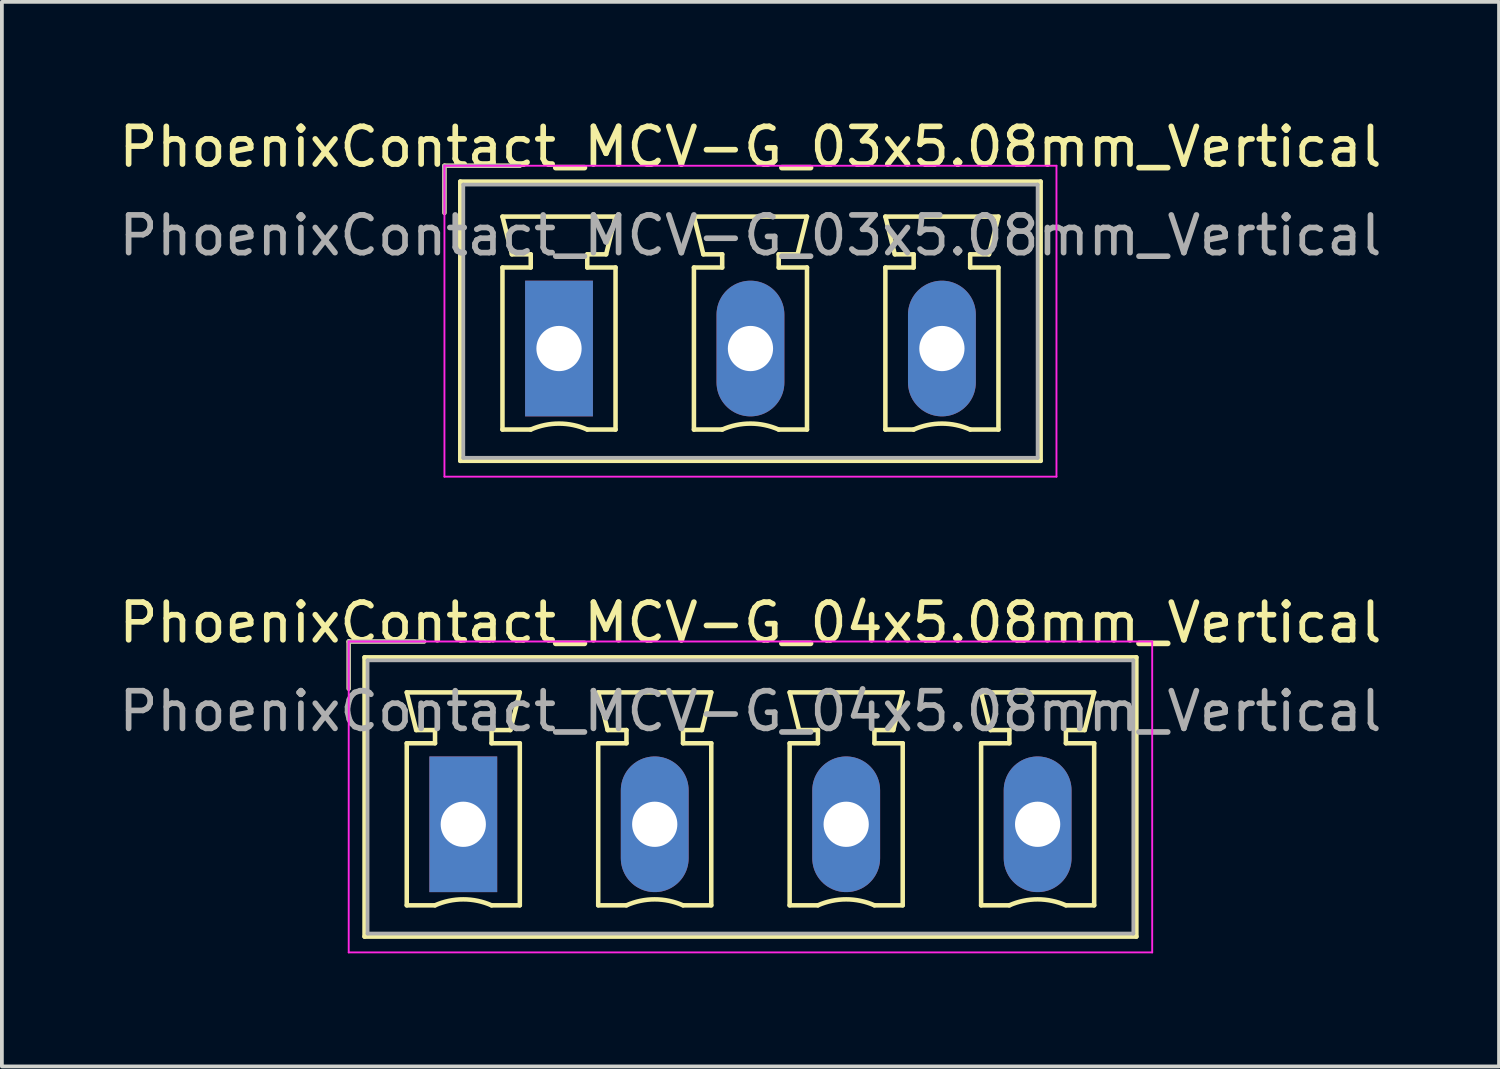
<source format=kicad_pcb>
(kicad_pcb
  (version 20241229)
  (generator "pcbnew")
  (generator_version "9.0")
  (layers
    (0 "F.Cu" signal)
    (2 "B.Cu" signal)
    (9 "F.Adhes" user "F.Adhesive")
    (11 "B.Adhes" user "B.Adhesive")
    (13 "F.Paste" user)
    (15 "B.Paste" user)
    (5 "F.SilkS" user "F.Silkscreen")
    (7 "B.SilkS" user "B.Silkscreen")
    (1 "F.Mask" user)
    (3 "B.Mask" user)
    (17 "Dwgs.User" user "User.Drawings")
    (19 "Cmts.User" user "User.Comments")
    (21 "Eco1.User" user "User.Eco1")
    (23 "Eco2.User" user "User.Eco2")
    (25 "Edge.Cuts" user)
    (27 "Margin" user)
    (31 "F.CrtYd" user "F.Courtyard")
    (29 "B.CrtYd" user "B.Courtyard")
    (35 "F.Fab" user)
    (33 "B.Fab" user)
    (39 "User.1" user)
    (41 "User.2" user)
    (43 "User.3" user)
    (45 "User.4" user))
  (footprint "PhoenixContact_MCV-G_03x5.08mm_Vertical"
    (layer "F.Cu")
    (at 11.783 6.198)
    (property "Reference" "PhoenixContact_MCV-G_03x5.08mm_Vertical" (at 5.08 -5.35 0) (layer "F.SilkS") (effects (font (size 1 1) (thickness 0.15))))
    (attr through_hole)
    (fp_line (start -3.04 -4.85) (end -1.04 -4.85) (stroke (width 0.12) (type solid)) (layer "F.SilkS"))
    (fp_line (start -3.04 -3.6) (end -3.04 -4.85) (stroke (width 0.12) (type solid)) (layer "F.SilkS"))
    (fp_line (start -2.62 -4.43) (end -2.62 2.98) (stroke (width 0.12) (type solid)) (layer "F.SilkS"))
    (fp_line (start -2.62 2.98) (end 12.78 2.98) (stroke (width 0.12) (type solid)) (layer "F.SilkS"))
    (fp_line (start -1.5 -3.5) (end 1.5 -3.5) (stroke (width 0.12) (type solid)) (layer "F.SilkS"))
    (fp_line (start -1.5 -2.15) (end -0.75 -2.15) (stroke (width 0.12) (type solid)) (layer "F.SilkS"))
    (fp_line (start -1.5 2.15) (end -1.5 -2.15) (stroke (width 0.12) (type solid)) (layer "F.SilkS"))
    (fp_line (start -1.25 -2.5) (end -1.5 -3.5) (stroke (width 0.12) (type solid)) (layer "F.SilkS"))
    (fp_line (start -0.75 -2.5) (end -1.25 -2.5) (stroke (width 0.12) (type solid)) (layer "F.SilkS"))
    (fp_line (start -0.75 -2.15) (end -0.75 -2.5) (stroke (width 0.12) (type solid)) (layer "F.SilkS"))
    (fp_line (start -0.75 2.15) (end -1.5 2.15) (stroke (width 0.12) (type solid)) (layer "F.SilkS"))
    (fp_line (start 0.75 -2.5) (end 0.75 -2.15) (stroke (width 0.12) (type solid)) (layer "F.SilkS"))
    (fp_line (start 0.75 -2.15) (end 1.5 -2.15) (stroke (width 0.12) (type solid)) (layer "F.SilkS"))
    (fp_line (start 1.25 -2.5) (end 0.75 -2.5) (stroke (width 0.12) (type solid)) (layer "F.SilkS"))
    (fp_line (start 1.5 -3.5) (end 1.25 -2.5) (stroke (width 0.12) (type solid)) (layer "F.SilkS"))
    (fp_line (start 1.5 -2.15) (end 1.5 2.15) (stroke (width 0.12) (type solid)) (layer "F.SilkS"))
    (fp_line (start 1.5 2.15) (end 0.75 2.15) (stroke (width 0.12) (type solid)) (layer "F.SilkS"))
    (fp_line (start 3.58 -3.5) (end 6.58 -3.5) (stroke (width 0.12) (type solid)) (layer "F.SilkS"))
    (fp_line (start 3.58 -2.15) (end 4.33 -2.15) (stroke (width 0.12) (type solid)) (layer "F.SilkS"))
    (fp_line (start 3.58 2.15) (end 3.58 -2.15) (stroke (width 0.12) (type solid)) (layer "F.SilkS"))
    (fp_line (start 3.83 -2.5) (end 3.58 -3.5) (stroke (width 0.12) (type solid)) (layer "F.SilkS"))
    (fp_line (start 4.33 -2.5) (end 3.83 -2.5) (stroke (width 0.12) (type solid)) (layer "F.SilkS"))
    (fp_line (start 4.33 -2.15) (end 4.33 -2.5) (stroke (width 0.12) (type solid)) (layer "F.SilkS"))
    (fp_line (start 4.33 2.15) (end 3.58 2.15) (stroke (width 0.12) (type solid)) (layer "F.SilkS"))
    (fp_line (start 5.83 -2.5) (end 5.83 -2.15) (stroke (width 0.12) (type solid)) (layer "F.SilkS"))
    (fp_line (start 5.83 -2.15) (end 6.58 -2.15) (stroke (width 0.12) (type solid)) (layer "F.SilkS"))
    (fp_line (start 6.33 -2.5) (end 5.83 -2.5) (stroke (width 0.12) (type solid)) (layer "F.SilkS"))
    (fp_line (start 6.58 -3.5) (end 6.33 -2.5) (stroke (width 0.12) (type solid)) (layer "F.SilkS"))
    (fp_line (start 6.58 -2.15) (end 6.58 2.15) (stroke (width 0.12) (type solid)) (layer "F.SilkS"))
    (fp_line (start 6.58 2.15) (end 5.83 2.15) (stroke (width 0.12) (type solid)) (layer "F.SilkS"))
    (fp_line (start 8.66 -3.5) (end 11.66 -3.5) (stroke (width 0.12) (type solid)) (layer "F.SilkS"))
    (fp_line (start 8.66 -2.15) (end 9.41 -2.15) (stroke (width 0.12) (type solid)) (layer "F.SilkS"))
    (fp_line (start 8.66 2.15) (end 8.66 -2.15) (stroke (width 0.12) (type solid)) (layer "F.SilkS"))
    (fp_line (start 8.91 -2.5) (end 8.66 -3.5) (stroke (width 0.12) (type solid)) (layer "F.SilkS"))
    (fp_line (start 9.41 -2.5) (end 8.91 -2.5) (stroke (width 0.12) (type solid)) (layer "F.SilkS"))
    (fp_line (start 9.41 -2.15) (end 9.41 -2.5) (stroke (width 0.12) (type solid)) (layer "F.SilkS"))
    (fp_line (start 9.41 2.15) (end 8.66 2.15) (stroke (width 0.12) (type solid)) (layer "F.SilkS"))
    (fp_line (start 10.91 -2.5) (end 10.91 -2.15) (stroke (width 0.12) (type solid)) (layer "F.SilkS"))
    (fp_line (start 10.91 -2.15) (end 11.66 -2.15) (stroke (width 0.12) (type solid)) (layer "F.SilkS"))
    (fp_line (start 11.41 -2.5) (end 10.91 -2.5) (stroke (width 0.12) (type solid)) (layer "F.SilkS"))
    (fp_line (start 11.66 -3.5) (end 11.41 -2.5) (stroke (width 0.12) (type solid)) (layer "F.SilkS"))
    (fp_line (start 11.66 -2.15) (end 11.66 2.15) (stroke (width 0.12) (type solid)) (layer "F.SilkS"))
    (fp_line (start 11.66 2.15) (end 10.91 2.15) (stroke (width 0.12) (type solid)) (layer "F.SilkS"))
    (fp_line (start 12.78 -4.43) (end -2.62 -4.43) (stroke (width 0.12) (type solid)) (layer "F.SilkS"))
    (fp_line (start 12.78 2.98) (end 12.78 -4.43) (stroke (width 0.12) (type solid)) (layer "F.SilkS"))
    (fp_arc (start -0.75 2.15) (mid -0.000193 1.99191) (end 0.749647 2.149844) (stroke (width 0.12) (type solid)) (layer "F.SilkS"))
    (fp_arc (start 4.33 2.15) (mid 5.079807 1.99191) (end 5.829647 2.149844) (stroke (width 0.12) (type solid)) (layer "F.SilkS"))
    (fp_arc (start 9.41 2.15) (mid 10.159807 1.99191) (end 10.909647 2.149844) (stroke (width 0.12) (type solid)) (layer "F.SilkS"))
    (fp_line (start -3.04 -4.85) (end -3.04 3.4) (stroke (width 0.05) (type solid)) (layer "F.CrtYd"))
    (fp_line (start -3.04 3.4) (end 13.2 3.4) (stroke (width 0.05) (type solid)) (layer "F.CrtYd"))
    (fp_line (start 13.2 -4.85) (end -3.04 -4.85) (stroke (width 0.05) (type solid)) (layer "F.CrtYd"))
    (fp_line (start 13.2 3.4) (end 13.2 -4.85) (stroke (width 0.05) (type solid)) (layer "F.CrtYd"))
    (fp_line (start -3.04 -4.85) (end -1.04 -4.85) (stroke (width 0.1) (type solid)) (layer "F.Fab"))
    (fp_line (start -3.04 -3.6) (end -3.04 -4.85) (stroke (width 0.1) (type solid)) (layer "F.Fab"))
    (fp_line (start -2.54 -4.35) (end -2.54 2.9) (stroke (width 0.1) (type solid)) (layer "F.Fab"))
    (fp_line (start -2.54 2.9) (end 12.7 2.9) (stroke (width 0.1) (type solid)) (layer "F.Fab"))
    (fp_line (start 12.7 -4.35) (end -2.54 -4.35) (stroke (width 0.1) (type solid)) (layer "F.Fab"))
    (fp_line (start 12.7 2.9) (end 12.7 -4.35) (stroke (width 0.1) (type solid)) (layer "F.Fab"))
    (fp_text user "${REFERENCE}" (at 5.08 -3 0) (layer "F.Fab") (effects (font (size 1 1) (thickness 0.15))))
    (pad "1" thru_hole rect (at 0 0) (size 1.8 3.6) (drill 1.2) (layers "*.Cu" "*.Mask"))
    (pad "2" thru_hole oval (at 5.08 0) (size 1.8 3.6) (drill 1.2) (layers "*.Cu" "*.Mask"))
    (pad "3" thru_hole oval (at 10.16 0) (size 1.8 3.6) (drill 1.2) (layers "*.Cu" "*.Mask")))
  (footprint "PhoenixContact_MCV-G_04x5.08mm_Vertical"
    (layer "F.Cu")
    (at 9.243 18.822)
    (property "Reference" "PhoenixContact_MCV-G_04x5.08mm_Vertical" (at 7.62 -5.35 0) (layer "F.SilkS") (effects (font (size 1 1) (thickness 0.15))))
    (attr through_hole)
    (fp_line (start -3.04 -4.85) (end -1.04 -4.85) (stroke (width 0.12) (type solid)) (layer "F.SilkS"))
    (fp_line (start -3.04 -3.6) (end -3.04 -4.85) (stroke (width 0.12) (type solid)) (layer "F.SilkS"))
    (fp_line (start -2.62 -4.43) (end -2.62 2.98) (stroke (width 0.12) (type solid)) (layer "F.SilkS"))
    (fp_line (start -2.62 2.98) (end 17.86 2.98) (stroke (width 0.12) (type solid)) (layer "F.SilkS"))
    (fp_line (start -1.5 -3.5) (end 1.5 -3.5) (stroke (width 0.12) (type solid)) (layer "F.SilkS"))
    (fp_line (start -1.5 -2.15) (end -0.75 -2.15) (stroke (width 0.12) (type solid)) (layer "F.SilkS"))
    (fp_line (start -1.5 2.15) (end -1.5 -2.15) (stroke (width 0.12) (type solid)) (layer "F.SilkS"))
    (fp_line (start -1.25 -2.5) (end -1.5 -3.5) (stroke (width 0.12) (type solid)) (layer "F.SilkS"))
    (fp_line (start -0.75 -2.5) (end -1.25 -2.5) (stroke (width 0.12) (type solid)) (layer "F.SilkS"))
    (fp_line (start -0.75 -2.15) (end -0.75 -2.5) (stroke (width 0.12) (type solid)) (layer "F.SilkS"))
    (fp_line (start -0.75 2.15) (end -1.5 2.15) (stroke (width 0.12) (type solid)) (layer "F.SilkS"))
    (fp_line (start 0.75 -2.5) (end 0.75 -2.15) (stroke (width 0.12) (type solid)) (layer "F.SilkS"))
    (fp_line (start 0.75 -2.15) (end 1.5 -2.15) (stroke (width 0.12) (type solid)) (layer "F.SilkS"))
    (fp_line (start 1.25 -2.5) (end 0.75 -2.5) (stroke (width 0.12) (type solid)) (layer "F.SilkS"))
    (fp_line (start 1.5 -3.5) (end 1.25 -2.5) (stroke (width 0.12) (type solid)) (layer "F.SilkS"))
    (fp_line (start 1.5 -2.15) (end 1.5 2.15) (stroke (width 0.12) (type solid)) (layer "F.SilkS"))
    (fp_line (start 1.5 2.15) (end 0.75 2.15) (stroke (width 0.12) (type solid)) (layer "F.SilkS"))
    (fp_line (start 3.58 -3.5) (end 6.58 -3.5) (stroke (width 0.12) (type solid)) (layer "F.SilkS"))
    (fp_line (start 3.58 -2.15) (end 4.33 -2.15) (stroke (width 0.12) (type solid)) (layer "F.SilkS"))
    (fp_line (start 3.58 2.15) (end 3.58 -2.15) (stroke (width 0.12) (type solid)) (layer "F.SilkS"))
    (fp_line (start 3.83 -2.5) (end 3.58 -3.5) (stroke (width 0.12) (type solid)) (layer "F.SilkS"))
    (fp_line (start 4.33 -2.5) (end 3.83 -2.5) (stroke (width 0.12) (type solid)) (layer "F.SilkS"))
    (fp_line (start 4.33 -2.15) (end 4.33 -2.5) (stroke (width 0.12) (type solid)) (layer "F.SilkS"))
    (fp_line (start 4.33 2.15) (end 3.58 2.15) (stroke (width 0.12) (type solid)) (layer "F.SilkS"))
    (fp_line (start 5.83 -2.5) (end 5.83 -2.15) (stroke (width 0.12) (type solid)) (layer "F.SilkS"))
    (fp_line (start 5.83 -2.15) (end 6.58 -2.15) (stroke (width 0.12) (type solid)) (layer "F.SilkS"))
    (fp_line (start 6.33 -2.5) (end 5.83 -2.5) (stroke (width 0.12) (type solid)) (layer "F.SilkS"))
    (fp_line (start 6.58 -3.5) (end 6.33 -2.5) (stroke (width 0.12) (type solid)) (layer "F.SilkS"))
    (fp_line (start 6.58 -2.15) (end 6.58 2.15) (stroke (width 0.12) (type solid)) (layer "F.SilkS"))
    (fp_line (start 6.58 2.15) (end 5.83 2.15) (stroke (width 0.12) (type solid)) (layer "F.SilkS"))
    (fp_line (start 8.66 -3.5) (end 11.66 -3.5) (stroke (width 0.12) (type solid)) (layer "F.SilkS"))
    (fp_line (start 8.66 -2.15) (end 9.41 -2.15) (stroke (width 0.12) (type solid)) (layer "F.SilkS"))
    (fp_line (start 8.66 2.15) (end 8.66 -2.15) (stroke (width 0.12) (type solid)) (layer "F.SilkS"))
    (fp_line (start 8.91 -2.5) (end 8.66 -3.5) (stroke (width 0.12) (type solid)) (layer "F.SilkS"))
    (fp_line (start 9.41 -2.5) (end 8.91 -2.5) (stroke (width 0.12) (type solid)) (layer "F.SilkS"))
    (fp_line (start 9.41 -2.15) (end 9.41 -2.5) (stroke (width 0.12) (type solid)) (layer "F.SilkS"))
    (fp_line (start 9.41 2.15) (end 8.66 2.15) (stroke (width 0.12) (type solid)) (layer "F.SilkS"))
    (fp_line (start 10.91 -2.5) (end 10.91 -2.15) (stroke (width 0.12) (type solid)) (layer "F.SilkS"))
    (fp_line (start 10.91 -2.15) (end 11.66 -2.15) (stroke (width 0.12) (type solid)) (layer "F.SilkS"))
    (fp_line (start 11.41 -2.5) (end 10.91 -2.5) (stroke (width 0.12) (type solid)) (layer "F.SilkS"))
    (fp_line (start 11.66 -3.5) (end 11.41 -2.5) (stroke (width 0.12) (type solid)) (layer "F.SilkS"))
    (fp_line (start 11.66 -2.15) (end 11.66 2.15) (stroke (width 0.12) (type solid)) (layer "F.SilkS"))
    (fp_line (start 11.66 2.15) (end 10.91 2.15) (stroke (width 0.12) (type solid)) (layer "F.SilkS"))
    (fp_line (start 13.74 -3.5) (end 16.74 -3.5) (stroke (width 0.12) (type solid)) (layer "F.SilkS"))
    (fp_line (start 13.74 -2.15) (end 14.49 -2.15) (stroke (width 0.12) (type solid)) (layer "F.SilkS"))
    (fp_line (start 13.74 2.15) (end 13.74 -2.15) (stroke (width 0.12) (type solid)) (layer "F.SilkS"))
    (fp_line (start 13.99 -2.5) (end 13.74 -3.5) (stroke (width 0.12) (type solid)) (layer "F.SilkS"))
    (fp_line (start 14.49 -2.5) (end 13.99 -2.5) (stroke (width 0.12) (type solid)) (layer "F.SilkS"))
    (fp_line (start 14.49 -2.15) (end 14.49 -2.5) (stroke (width 0.12) (type solid)) (layer "F.SilkS"))
    (fp_line (start 14.49 2.15) (end 13.74 2.15) (stroke (width 0.12) (type solid)) (layer "F.SilkS"))
    (fp_line (start 15.99 -2.5) (end 15.99 -2.15) (stroke (width 0.12) (type solid)) (layer "F.SilkS"))
    (fp_line (start 15.99 -2.15) (end 16.74 -2.15) (stroke (width 0.12) (type solid)) (layer "F.SilkS"))
    (fp_line (start 16.49 -2.5) (end 15.99 -2.5) (stroke (width 0.12) (type solid)) (layer "F.SilkS"))
    (fp_line (start 16.74 -3.5) (end 16.49 -2.5) (stroke (width 0.12) (type solid)) (layer "F.SilkS"))
    (fp_line (start 16.74 -2.15) (end 16.74 2.15) (stroke (width 0.12) (type solid)) (layer "F.SilkS"))
    (fp_line (start 16.74 2.15) (end 15.99 2.15) (stroke (width 0.12) (type solid)) (layer "F.SilkS"))
    (fp_line (start 17.86 -4.43) (end -2.62 -4.43) (stroke (width 0.12) (type solid)) (layer "F.SilkS"))
    (fp_line (start 17.86 2.98) (end 17.86 -4.43) (stroke (width 0.12) (type solid)) (layer "F.SilkS"))
    (fp_arc (start -0.75 2.15) (mid -0.000193 1.99191) (end 0.749647 2.149844) (stroke (width 0.12) (type solid)) (layer "F.SilkS"))
    (fp_arc (start 4.33 2.15) (mid 5.079807 1.99191) (end 5.829647 2.149844) (stroke (width 0.12) (type solid)) (layer "F.SilkS"))
    (fp_arc (start 9.41 2.15) (mid 10.159807 1.99191) (end 10.909647 2.149844) (stroke (width 0.12) (type solid)) (layer "F.SilkS"))
    (fp_arc (start 14.49 2.15) (mid 15.239807 1.99191) (end 15.989647 2.149844) (stroke (width 0.12) (type solid)) (layer "F.SilkS"))
    (fp_line (start -3.04 -4.85) (end -3.04 3.4) (stroke (width 0.05) (type solid)) (layer "F.CrtYd"))
    (fp_line (start -3.04 3.4) (end 18.28 3.4) (stroke (width 0.05) (type solid)) (layer "F.CrtYd"))
    (fp_line (start 18.28 -4.85) (end -3.04 -4.85) (stroke (width 0.05) (type solid)) (layer "F.CrtYd"))
    (fp_line (start 18.28 3.4) (end 18.28 -4.85) (stroke (width 0.05) (type solid)) (layer "F.CrtYd"))
    (fp_line (start -3.04 -4.85) (end -1.04 -4.85) (stroke (width 0.1) (type solid)) (layer "F.Fab"))
    (fp_line (start -3.04 -3.6) (end -3.04 -4.85) (stroke (width 0.1) (type solid)) (layer "F.Fab"))
    (fp_line (start -2.54 -4.35) (end -2.54 2.9) (stroke (width 0.1) (type solid)) (layer "F.Fab"))
    (fp_line (start -2.54 2.9) (end 17.78 2.9) (stroke (width 0.1) (type solid)) (layer "F.Fab"))
    (fp_line (start 17.78 -4.35) (end -2.54 -4.35) (stroke (width 0.1) (type solid)) (layer "F.Fab"))
    (fp_line (start 17.78 2.9) (end 17.78 -4.35) (stroke (width 0.1) (type solid)) (layer "F.Fab"))
    (fp_text user "${REFERENCE}" (at 7.62 -3 0) (layer "F.Fab") (effects (font (size 1 1) (thickness 0.15))))
    (pad "1" thru_hole rect (at 0 0) (size 1.8 3.6) (drill 1.2) (layers "*.Cu" "*.Mask"))
    (pad "2" thru_hole oval (at 5.08 0) (size 1.8 3.6) (drill 1.2) (layers "*.Cu" "*.Mask"))
    (pad "3" thru_hole oval (at 10.16 0) (size 1.8 3.6) (drill 1.2) (layers "*.Cu" "*.Mask"))
    (pad "4" thru_hole oval (at 15.24 0) (size 1.8 3.6) (drill 1.2) (layers "*.Cu" "*.Mask")))
  (gr_rect
    (start -3 -3)
    (end 36.726 25.247)
    (stroke (width 0.1) (type default))
    (fill no)
    (layer "Edge.Cuts")))
</source>
